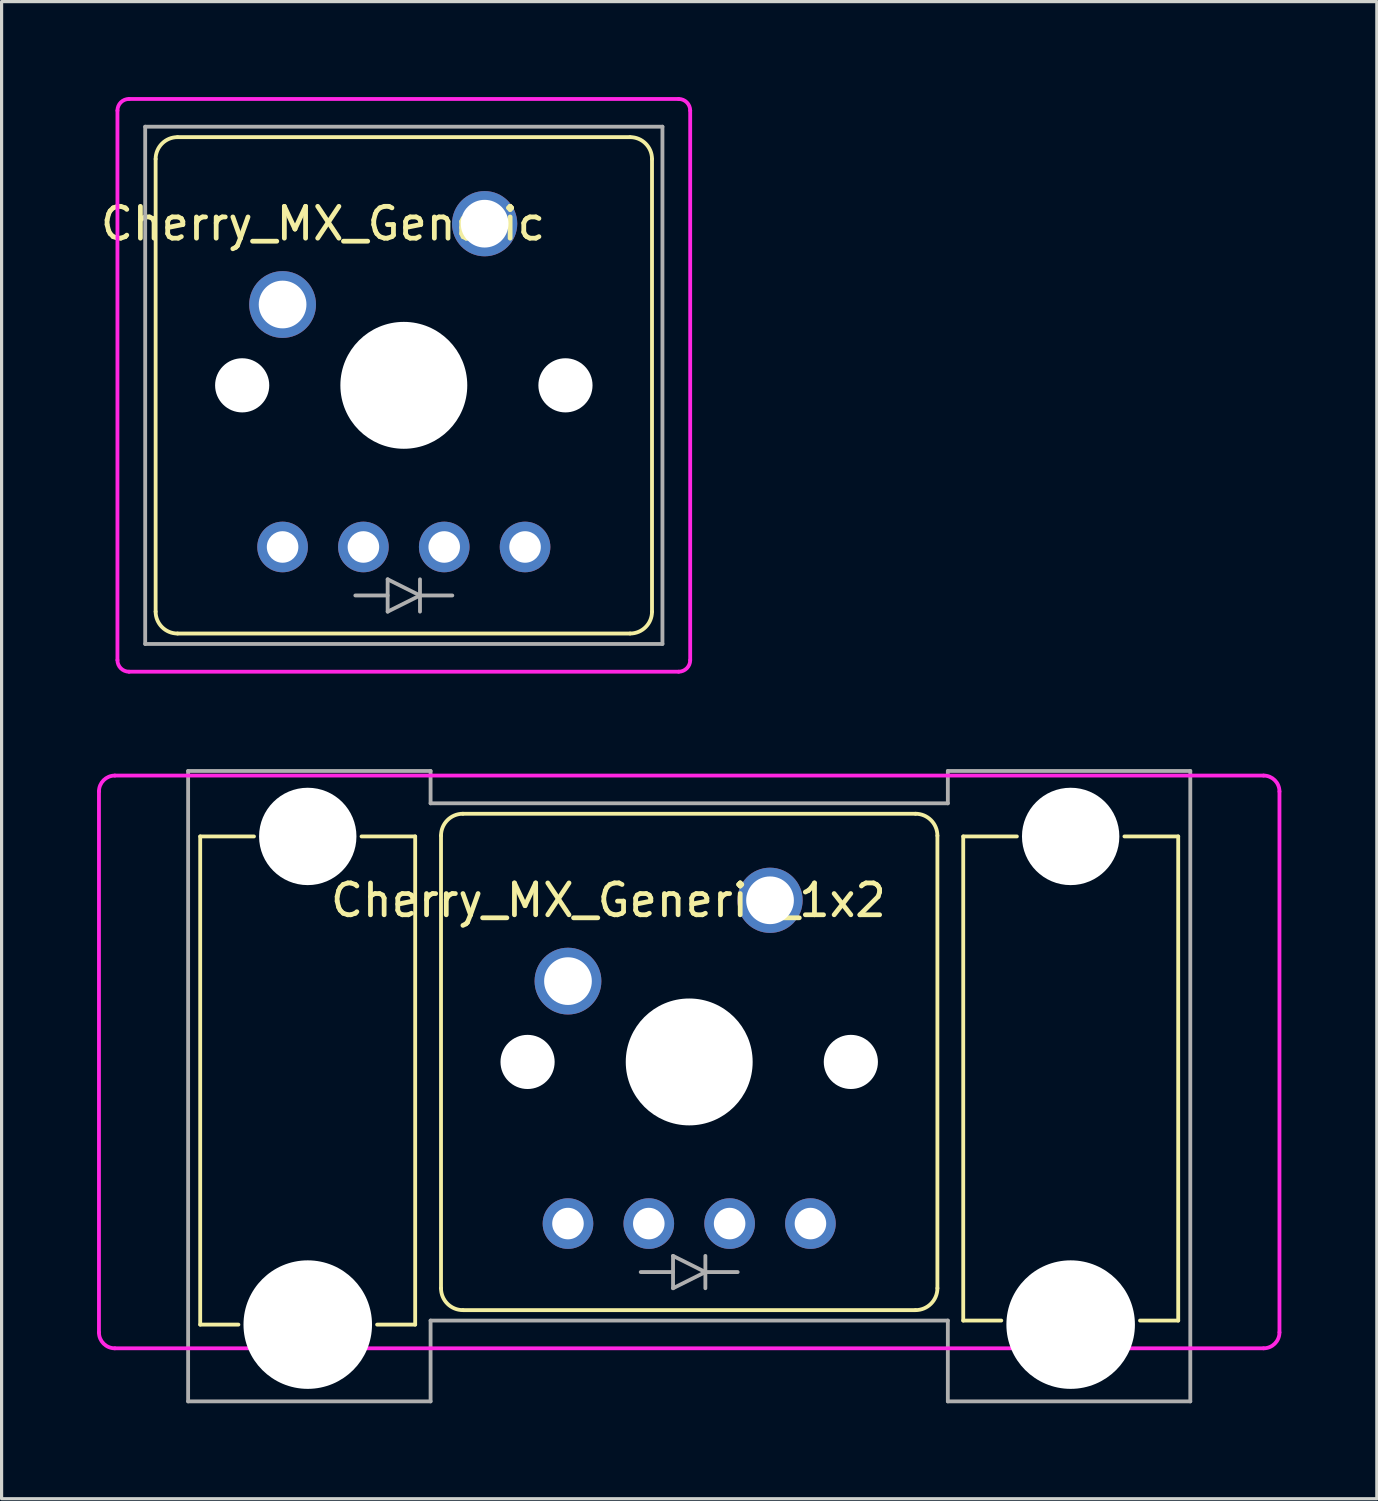
<source format=kicad_pcb>
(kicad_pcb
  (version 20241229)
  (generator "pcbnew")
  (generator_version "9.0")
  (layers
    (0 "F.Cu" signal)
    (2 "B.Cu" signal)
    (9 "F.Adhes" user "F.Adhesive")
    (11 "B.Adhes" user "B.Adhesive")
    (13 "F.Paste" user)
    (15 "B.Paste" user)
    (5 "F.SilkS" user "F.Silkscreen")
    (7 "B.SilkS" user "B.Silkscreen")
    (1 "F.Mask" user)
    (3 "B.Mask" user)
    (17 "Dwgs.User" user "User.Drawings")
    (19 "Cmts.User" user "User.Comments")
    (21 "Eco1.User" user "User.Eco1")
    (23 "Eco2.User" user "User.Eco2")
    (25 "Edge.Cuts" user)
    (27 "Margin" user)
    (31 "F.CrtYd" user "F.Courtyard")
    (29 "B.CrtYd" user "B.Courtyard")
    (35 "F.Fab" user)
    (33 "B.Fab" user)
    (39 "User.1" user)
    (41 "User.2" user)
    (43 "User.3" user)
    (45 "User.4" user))
  (footprint "Cherry_MX_Generic_1x2"
    (layer "F.Cu")
    (at 18.61 30.324)
    (property "Reference" "Cherry_MX_Generic_1x2" (at -2.54 -5.08 0) (layer "F.SilkS") (effects (font (size 1 1) (thickness 0.15))))
    (attr through_hole)
    (fp_line (start -15.368 -7.087) (end -13.678 -7.087) (stroke (width 0.12) (type solid)) (layer "F.SilkS"))
    (fp_line (start -15.368 8.255) (end -15.368 -7.087) (stroke (width 0.12) (type solid)) (layer "F.SilkS"))
    (fp_line (start -15.368 8.255) (end -14.167 8.255) (stroke (width 0.12) (type solid)) (layer "F.SilkS"))
    (fp_line (start -10.298 -7.087) (end -8.612 -7.087) (stroke (width 0.12) (type solid)) (layer "F.SilkS"))
    (fp_line (start -8.612 -7.087) (end -8.612 8.255) (stroke (width 0.12) (type solid)) (layer "F.SilkS"))
    (fp_line (start -8.612 8.255) (end -9.808 8.255) (stroke (width 0.12) (type solid)) (layer "F.SilkS"))
    (fp_line (start -7.8 -7.112) (end -7.8 7.112) (stroke (width 0.12) (type solid)) (layer "F.SilkS"))
    (fp_line (start -7.112 7.8) (end 7.112 7.8) (stroke (width 0.12) (type solid)) (layer "F.SilkS"))
    (fp_line (start 7.112 -7.8) (end -7.112 -7.8) (stroke (width 0.12) (type solid)) (layer "F.SilkS"))
    (fp_line (start 7.8 7.112) (end 7.8 -7.112) (stroke (width 0.12) (type solid)) (layer "F.SilkS"))
    (fp_line (start 8.612 -7.087) (end 10.298 -7.087) (stroke (width 0.12) (type solid)) (layer "F.SilkS"))
    (fp_line (start 8.612 8.128) (end 8.612 -7.087) (stroke (width 0.12) (type solid)) (layer "F.SilkS"))
    (fp_line (start 9.808 8.128) (end 8.612 8.128) (stroke (width 0.12) (type solid)) (layer "F.SilkS"))
    (fp_line (start 13.678 -7.087) (end 15.368 -7.087) (stroke (width 0.12) (type solid)) (layer "F.SilkS"))
    (fp_line (start 15.368 -7.087) (end 15.368 8.128) (stroke (width 0.12) (type solid)) (layer "F.SilkS"))
    (fp_line (start 15.368 8.128) (end 14.167 8.128) (stroke (width 0.12) (type solid)) (layer "F.SilkS"))
    (fp_arc (start -7.8 -7.112) (mid -7.598489 -7.598489) (end -7.112 -7.8) (stroke (width 0.12) (type solid)) (layer "F.SilkS"))
    (fp_arc (start -7.112 7.8) (mid -7.598489 7.598489) (end -7.8 7.112) (stroke (width 0.12) (type solid)) (layer "F.SilkS"))
    (fp_arc (start 7.112 -7.8) (mid 7.598489 -7.598489) (end 7.8 -7.112) (stroke (width 0.12) (type solid)) (layer "F.SilkS"))
    (fp_arc (start 7.8 7.112) (mid 7.598489 7.598489) (end 7.112 7.8) (stroke (width 0.12) (type solid)) (layer "F.SilkS"))
    (fp_line (start -18.55 8.5) (end -18.55 -8.5) (stroke (width 0.12) (type solid)) (layer "F.CrtYd"))
    (fp_line (start -18.05 -9) (end 18.05 -9) (stroke (width 0.12) (type solid)) (layer "F.CrtYd"))
    (fp_line (start 18.05 9) (end -18.05 9) (stroke (width 0.12) (type solid)) (layer "F.CrtYd"))
    (fp_line (start 18.55 -8.5) (end 18.55 8.5) (stroke (width 0.12) (type solid)) (layer "F.CrtYd"))
    (fp_arc (start -18.55 -8.5) (mid -18.403553 -8.853553) (end -18.05 -9) (stroke (width 0.12) (type solid)) (layer "F.CrtYd"))
    (fp_arc (start -18.05 9) (mid -18.403553 8.853553) (end -18.55 8.5) (stroke (width 0.12) (type solid)) (layer "F.CrtYd"))
    (fp_arc (start 18.05 -9) (mid 18.403553 -8.853553) (end 18.55 -8.5) (stroke (width 0.12) (type solid)) (layer "F.CrtYd"))
    (fp_arc (start 18.55 8.5) (mid 18.403553 8.853553) (end 18.05 9) (stroke (width 0.12) (type solid)) (layer "F.CrtYd"))
    (fp_line (start -15.748 -9.144) (end -15.748 10.668) (stroke (width 0.12) (type solid)) (layer "F.Fab"))
    (fp_line (start -15.748 10.668) (end -8.128 10.668) (stroke (width 0.12) (type solid)) (layer "F.Fab"))
    (fp_line (start -8.128 -9.144) (end -15.748 -9.144) (stroke (width 0.12) (type solid)) (layer "F.Fab"))
    (fp_line (start -8.128 -8.128) (end -8.128 -9.144) (stroke (width 0.12) (type solid)) (layer "F.Fab"))
    (fp_line (start -8.128 -8.128) (end 8.128 -8.128) (stroke (width 0.12) (type solid)) (layer "F.Fab"))
    (fp_line (start -8.128 10.668) (end -8.128 8.128) (stroke (width 0.12) (type solid)) (layer "F.Fab"))
    (fp_line (start -1.524 6.604) (end -0.508 6.604) (stroke (width 0.12) (type solid)) (layer "F.Fab"))
    (fp_line (start -0.508 7.112) (end -0.508 6.096) (stroke (width 0.12) (type solid)) (layer "F.Fab"))
    (fp_line (start -0.508 7.112) (end 0.508 6.604) (stroke (width 0.12) (type solid)) (layer "F.Fab"))
    (fp_line (start 0.508 6.604) (end -0.508 6.096) (stroke (width 0.12) (type solid)) (layer "F.Fab"))
    (fp_line (start 0.508 6.604) (end 1.524 6.604) (stroke (width 0.12) (type solid)) (layer "F.Fab"))
    (fp_line (start 0.508 7.112) (end 0.508 6.096) (stroke (width 0.12) (type solid)) (layer "F.Fab"))
    (fp_line (start 8.128 -9.144) (end 8.128 -8.128) (stroke (width 0.12) (type solid)) (layer "F.Fab"))
    (fp_line (start 8.128 8.128) (end -8.128 8.128) (stroke (width 0.12) (type solid)) (layer "F.Fab"))
    (fp_line (start 8.128 8.128) (end 8.128 10.668) (stroke (width 0.12) (type solid)) (layer "F.Fab"))
    (fp_line (start 8.128 10.668) (end 15.748 10.668) (stroke (width 0.12) (type solid)) (layer "F.Fab"))
    (fp_line (start 15.748 -9.144) (end 8.128 -9.144) (stroke (width 0.12) (type solid)) (layer "F.Fab"))
    (fp_line (start 15.748 10.668) (end 15.748 -9.144) (stroke (width 0.12) (type solid)) (layer "F.Fab"))
    (pad "" np_thru_hole circle (at -11.988 -7.087) (size 3.06 3.06) (drill 3.06) (layers "*.Cu" "*.Mask"))
    (pad "" np_thru_hole circle (at -11.988 8.255) (size 4.039 4.039) (drill 4.039) (layers "*.Cu" "*.Mask"))
    (pad "" np_thru_hole circle (at -5.08 0) (size 1.702 1.702) (drill 1.702) (layers "*.Cu" "*.Mask"))
    (pad "" np_thru_hole circle (at 0 0) (size 3.988 3.988) (drill 3.988) (layers "*.Cu" "*.Mask"))
    (pad "" np_thru_hole circle (at 5.08 0) (size 1.702 1.702) (drill 1.702) (layers "*.Cu" "*.Mask"))
    (pad "" np_thru_hole circle (at 11.988 -7.087) (size 3.06 3.06) (drill 3.06) (layers "*.Cu" "*.Mask"))
    (pad "" np_thru_hole circle (at 11.988 8.255) (size 4.039 4.039) (drill 4.039) (layers "*.Cu" "*.Mask"))
    (pad "1" thru_hole circle (at -3.81 -2.54) (size 2.099 2.099) (drill 1.499) (layers "*.Cu" "*.Mask"))
    (pad "2" thru_hole circle (at 2.54 -5.08) (size 2.05 2.05) (drill 1.499) (layers "*.Cu" "*.Mask"))
    (pad "3" thru_hole circle (at -3.81 5.08) (size 1.591 1.591) (drill 0.991) (layers "*.Cu" "*.Mask"))
    (pad "3" thru_hole circle (at -1.27 5.08) (size 1.591 1.591) (drill 0.991) (layers "*.Cu" "*.Mask"))
    (pad "4" thru_hole circle (at 1.27 5.08) (size 1.591 1.591) (drill 0.991) (layers "*.Cu" "*.Mask"))
    (pad "4" thru_hole circle (at 3.81 5.08) (size 1.591 1.591) (drill 0.991) (layers "*.Cu" "*.Mask")))
  (footprint "Cherry_MX_Generic"
    (layer "F.Cu")
    (at 9.641 9.06)
    (property "Reference" "Cherry_MX_Generic" (at -2.54 -5.08 0) (layer "F.SilkS") (effects (font (size 1 1) (thickness 0.15))))
    (attr through_hole)
    (fp_line (start -7.8 -7.112) (end -7.8 7.112) (stroke (width 0.12) (type solid)) (layer "F.SilkS"))
    (fp_line (start -7.112 7.8) (end 7.112 7.8) (stroke (width 0.12) (type solid)) (layer "F.SilkS"))
    (fp_line (start 7.112 -7.8) (end -7.112 -7.8) (stroke (width 0.12) (type solid)) (layer "F.SilkS"))
    (fp_line (start 7.8 7.112) (end 7.8 -7.112) (stroke (width 0.12) (type solid)) (layer "F.SilkS"))
    (fp_arc (start -7.8 -7.112) (mid -7.598489 -7.598489) (end -7.112 -7.8) (stroke (width 0.12) (type solid)) (layer "F.SilkS"))
    (fp_arc (start -7.112 7.8) (mid -7.598489 7.598489) (end -7.8 7.112) (stroke (width 0.12) (type solid)) (layer "F.SilkS"))
    (fp_arc (start 7.112 -7.8) (mid 7.598489 -7.598489) (end 7.8 -7.112) (stroke (width 0.12) (type solid)) (layer "F.SilkS"))
    (fp_arc (start 7.8 7.112) (mid 7.598489 7.598489) (end 7.112 7.8) (stroke (width 0.12) (type solid)) (layer "F.SilkS"))
    (fp_line (start -9 8.636) (end -9 -8.636) (stroke (width 0.12) (type solid)) (layer "F.CrtYd"))
    (fp_line (start -8.636 -9) (end 8.636 -9) (stroke (width 0.12) (type solid)) (layer "F.CrtYd"))
    (fp_line (start 8.636 9) (end -8.636 9) (stroke (width 0.12) (type solid)) (layer "F.CrtYd"))
    (fp_line (start 9 -8.636) (end 9 8.636) (stroke (width 0.12) (type solid)) (layer "F.CrtYd"))
    (fp_arc (start -9 -8.636) (mid -8.893387 -8.893387) (end -8.636 -9) (stroke (width 0.12) (type solid)) (layer "F.CrtYd"))
    (fp_arc (start -8.636 9) (mid -8.893387 8.893387) (end -9 8.636) (stroke (width 0.12) (type solid)) (layer "F.CrtYd"))
    (fp_arc (start 8.636 -9) (mid 8.893387 -8.893387) (end 9 -8.636) (stroke (width 0.12) (type solid)) (layer "F.CrtYd"))
    (fp_arc (start 9 8.636) (mid 8.893387 8.893387) (end 8.636 9) (stroke (width 0.12) (type solid)) (layer "F.CrtYd"))
    (fp_line (start -8.128 -8.128) (end 8.128 -8.128) (stroke (width 0.12) (type solid)) (layer "F.Fab"))
    (fp_line (start -8.128 8.128) (end -8.128 -8.128) (stroke (width 0.12) (type solid)) (layer "F.Fab"))
    (fp_line (start -1.524 6.604) (end -0.508 6.604) (stroke (width 0.12) (type solid)) (layer "F.Fab"))
    (fp_line (start -0.508 7.112) (end -0.508 6.096) (stroke (width 0.12) (type solid)) (layer "F.Fab"))
    (fp_line (start -0.508 7.112) (end 0.508 6.604) (stroke (width 0.12) (type solid)) (layer "F.Fab"))
    (fp_line (start 0.508 6.604) (end -0.508 6.096) (stroke (width 0.12) (type solid)) (layer "F.Fab"))
    (fp_line (start 0.508 6.604) (end 1.524 6.604) (stroke (width 0.12) (type solid)) (layer "F.Fab"))
    (fp_line (start 0.508 7.112) (end 0.508 6.096) (stroke (width 0.12) (type solid)) (layer "F.Fab"))
    (fp_line (start 8.128 -8.128) (end 8.128 8.128) (stroke (width 0.12) (type solid)) (layer "F.Fab"))
    (fp_line (start 8.128 8.128) (end -8.128 8.128) (stroke (width 0.12) (type solid)) (layer "F.Fab"))
    (pad "" np_thru_hole circle (at -5.08 0) (size 1.702 1.702) (drill 1.702) (layers "*.Cu" "*.Mask"))
    (pad "" np_thru_hole circle (at 0 0) (size 3.988 3.988) (drill 3.988) (layers "*.Cu" "*.Mask"))
    (pad "" np_thru_hole circle (at 5.08 0) (size 1.702 1.702) (drill 1.702) (layers "*.Cu" "*.Mask"))
    (pad "1" thru_hole circle (at -3.81 -2.54) (size 2.099 2.099) (drill 1.499) (layers "*.Cu" "*.Mask"))
    (pad "2" thru_hole circle (at 2.54 -5.08) (size 2.05 2.05) (drill 1.499) (layers "*.Cu" "*.Mask"))
    (pad "3" thru_hole circle (at -3.81 5.08) (size 1.591 1.591) (drill 0.991) (layers "*.Cu" "*.Mask"))
    (pad "3" thru_hole circle (at -1.27 5.08) (size 1.591 1.591) (drill 0.991) (layers "*.Cu" "*.Mask"))
    (pad "4" thru_hole circle (at 1.27 5.08) (size 1.591 1.591) (drill 0.991) (layers "*.Cu" "*.Mask"))
    (pad "4" thru_hole circle (at 3.81 5.08) (size 1.591 1.591) (drill 0.991) (layers "*.Cu" "*.Mask")))
  (gr_rect
    (start -3 -3)
    (end 40.22 44.052)
    (stroke (width 0.1) (type default))
    (fill no)
    (layer "Edge.Cuts")))
</source>
